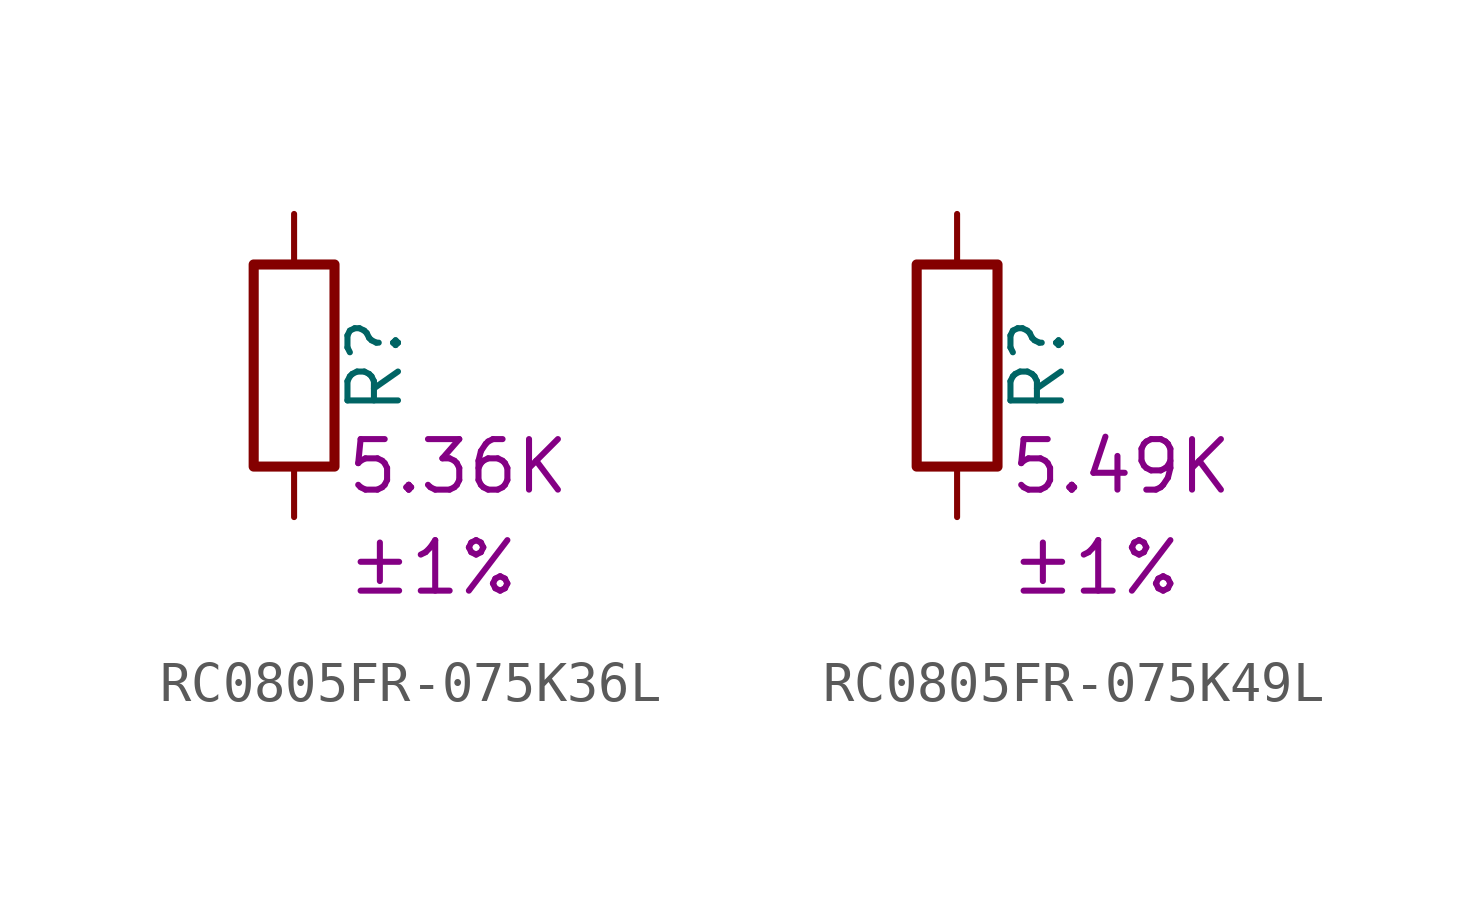
<source format=kicad_sym>
(kicad_symbol_lib
  (version 20220914)
  (generator kicad_symbol_editor)
  (symbol "RC0805FR-075K36L"
    (pin_numbers hide)
    (pin_names
      (offset 0))
    (property "Reference" "R"
      (at 2.032 0 90)
      (effects (font (size 1.27 1.27))))
    (property "Resistance" "5.36K"
      (at 1.27 -2.54 0)
      (effects (font (size 1.27 1.27)) (justify left)))
    (property "Tolerance" "±1%"
      (at 1.27 -5.08 0)
      (effects (font (size 1.27 1.27)) (justify left)))
    (symbol "RC0805FR-075K36L_0_1"
      (rectangle (start -1.016 -2.54) (end 1.016 2.54) (stroke (width 0.254) (type default)) (fill (type none))))
    (symbol "RC0805FR-075K36L_1_1"
      (pin passive line (at 0 3.81 270) (length 1.27) (name "~" (effects (font (size 1.27 1.27)))) (number "1" (effects (font (size 1.27 1.27)))))
      (pin passive line (at 0 -3.81 90) (length 1.27) (name "~" (effects (font (size 1.27 1.27)))) (number "2" (effects (font (size 1.27 1.27)))))))
  (symbol "RC0805FR-075K49L"
    (pin_numbers hide)
    (pin_names
      (offset 0))
    (property "Reference" "R"
      (at 2.032 0 90)
      (effects (font (size 1.27 1.27))))
    (property "Resistance" "5.49K"
      (at 1.27 -2.54 0)
      (effects (font (size 1.27 1.27)) (justify left)))
    (property "Tolerance" "±1%"
      (at 1.27 -5.08 0)
      (effects (font (size 1.27 1.27)) (justify left)))
    (symbol "RC0805FR-075K49L_0_1"
      (rectangle (start -1.016 -2.54) (end 1.016 2.54) (stroke (width 0.254) (type default)) (fill (type none))))
    (symbol "RC0805FR-075K49L_1_1"
      (pin passive line (at 0 3.81 270) (length 1.27) (name "~" (effects (font (size 1.27 1.27)))) (number "1" (effects (font (size 1.27 1.27)))))
      (pin passive line (at 0 -3.81 90) (length 1.27) (name "~" (effects (font (size 1.27 1.27)))) (number "2" (effects (font (size 1.27 1.27))))))))
</source>
